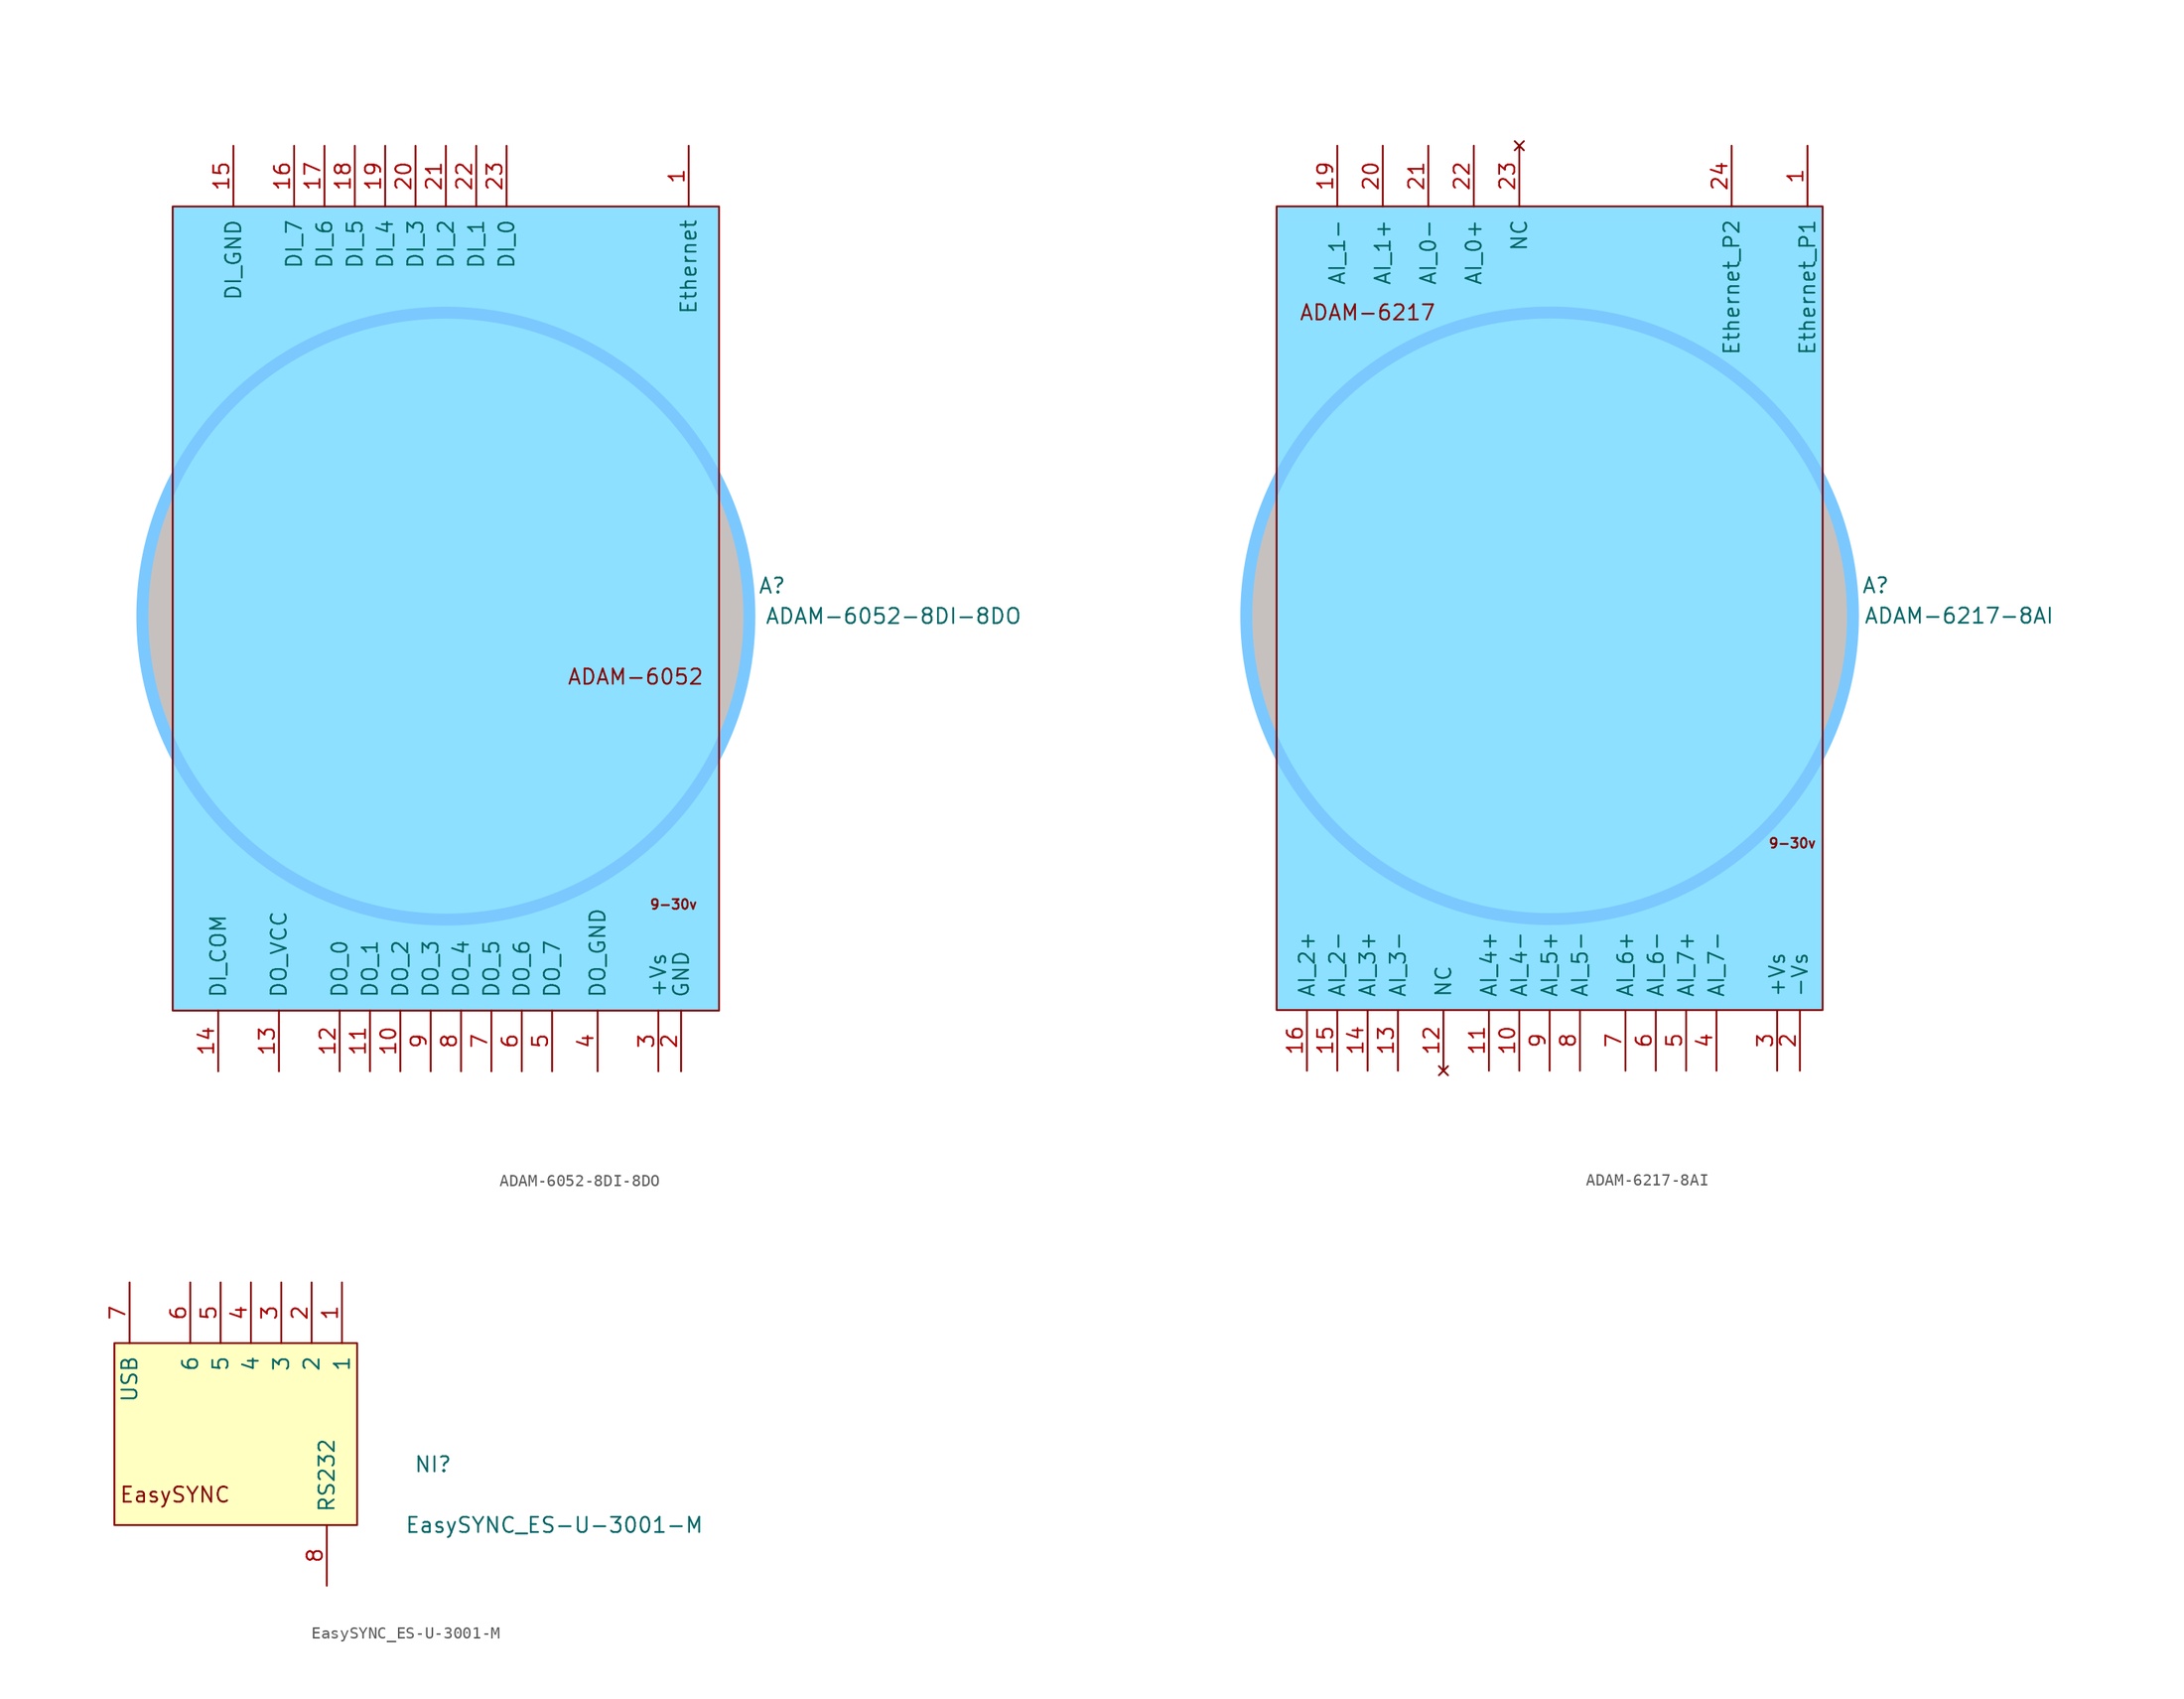
<source format=kicad_sym>
(kicad_symbol_lib
  (version 20231120)
  (generator "kicad_symbol_editor")
  (generator_version "8.0")
  (symbol "ADAM-6052-8DI-8DO"
    (pin_names
      (offset 1.016))
    (property "Reference" "A"
      (at 27.305 2.54 0)
      (effects (font (size 1.27 1.27))))
    (property "Value" "ADAM-6052-8DI-8DO"
      (at 37.465 0 0)
      (effects (font (size 1.27 1.27))))
    (symbol "ADAM-6052-8DI-8DO_0_0"
      (circle (center 0 0) (radius 25.4) (stroke (width 1) (type default) (color 123 200 255 1)) (fill (type color) (color 191 185 183 0.88)))
      (text "9-30v" (at 19.05 -24.13 0) (effects (font (size 0.8 0.8))))
      (text "ADAM-6052" (at 15.875 -5.08 0) (effects (font (size 1.27 1.27)))))
    (symbol "ADAM-6052-8DI-8DO_0_1"
      (rectangle (start -22.86 34.29) (end 22.86 -33.02) (stroke (width 0) (type default)) (fill (type color) (color 141 224 255 1))))
    (symbol "ADAM-6052-8DI-8DO_1_1"
      (pin bidirectional line (at 20.32 39.37 270) (length 5.08) (name "Ethernet" (effects (font (size 1.27 1.27)))) (number "1" (effects (font (size 1.27 1.27)))))
      (pin output line (at -3.81 -38.1 90) (length 5.08) (name "DO_2" (effects (font (size 1.27 1.27)))) (number "10" (effects (font (size 1.27 1.27)))))
      (pin output line (at -6.35 -38.1 90) (length 5.08) (name "DO_1" (effects (font (size 1.27 1.27)))) (number "11" (effects (font (size 1.27 1.27)))))
      (pin output line (at -8.89 -38.1 90) (length 5.08) (name "DO_0" (effects (font (size 1.27 1.27)))) (number "12" (effects (font (size 1.27 1.27)))))
      (pin output line (at -13.97 -38.1 90) (length 5.08) (name "DO_VCC" (effects (font (size 1.27 1.27)))) (number "13" (effects (font (size 1.27 1.27)))))
      (pin output line (at -19.05 -38.1 90) (length 5.08) (name "DI_COM" (effects (font (size 1.27 1.27)))) (number "14" (effects (font (size 1.27 1.27)))))
      (pin passive line (at -17.78 39.37 270) (length 5.08) (name "DI_GND" (effects (font (size 1.27 1.27)))) (number "15" (effects (font (size 1.27 1.27)))))
      (pin output line (at -12.7 39.37 270) (length 5.08) (name "DI_7" (effects (font (size 1.27 1.27)))) (number "16" (effects (font (size 1.27 1.27)))))
      (pin output line (at -10.16 39.37 270) (length 5.08) (name "DI_6" (effects (font (size 1.27 1.27)))) (number "17" (effects (font (size 1.27 1.27)))))
      (pin output line (at -7.62 39.37 270) (length 5.08) (name "DI_5" (effects (font (size 1.27 1.27)))) (number "18" (effects (font (size 1.27 1.27)))))
      (pin output line (at -5.08 39.37 270) (length 5.08) (name "DI_4" (effects (font (size 1.27 1.27)))) (number "19" (effects (font (size 1.27 1.27)))))
      (pin input line (at 19.685 -38.1 90) (length 5.08) (name "GND" (effects (font (size 1.27 1.27)))) (number "2" (effects (font (size 1.27 1.27)))))
      (pin output line (at -2.54 39.37 270) (length 5.08) (name "DI_3" (effects (font (size 1.27 1.27)))) (number "20" (effects (font (size 1.27 1.27)))))
      (pin output line (at 0 39.37 270) (length 5.08) (name "DI_2" (effects (font (size 1.27 1.27)))) (number "21" (effects (font (size 1.27 1.27)))))
      (pin output line (at 2.54 39.37 270) (length 5.08) (name "DI_1" (effects (font (size 1.27 1.27)))) (number "22" (effects (font (size 1.27 1.27)))))
      (pin output line (at 5.08 39.37 270) (length 5.08) (name "DI_0" (effects (font (size 1.27 1.27)))) (number "23" (effects (font (size 1.27 1.27)))))
      (pin input line (at 17.78 -38.1 90) (length 5.08) (name "+Vs" (effects (font (size 1.27 1.27)))) (number "3" (effects (font (size 1.27 1.27)))))
      (pin passive line (at 12.7 -38.1 90) (length 5.08) (name "DO_GND" (effects (font (size 1.27 1.27)))) (number "4" (effects (font (size 1.27 1.27)))))
      (pin output line (at 8.89 -38.1 90) (length 5.08) (name "DO_7" (effects (font (size 1.27 1.27)))) (number "5" (effects (font (size 1.27 1.27)))))
      (pin output line (at 6.35 -38.1 90) (length 5.08) (name "DO_6" (effects (font (size 1.27 1.27)))) (number "6" (effects (font (size 1.27 1.27)))))
      (pin output line (at 3.81 -38.1 90) (length 5.08) (name "DO_5" (effects (font (size 1.27 1.27)))) (number "7" (effects (font (size 1.27 1.27)))))
      (pin output line (at 1.27 -38.1 90) (length 5.08) (name "DO_4" (effects (font (size 1.27 1.27)))) (number "8" (effects (font (size 1.27 1.27)))))
      (pin output line (at -1.27 -38.1 90) (length 5.08) (name "DO_3" (effects (font (size 1.27 1.27)))) (number "9" (effects (font (size 1.27 1.27)))))))
  (symbol "ADAM-6217-8AI"
    (pin_names
      (offset 1.016))
    (property "Reference" "A"
      (at 27.305 2.54 0)
      (effects (font (size 1.27 1.27))))
    (property "Value" "ADAM-6217-8AI"
      (at 34.29 0 0)
      (effects (font (size 1.27 1.27))))
    (symbol "ADAM-6217-8AI_0_0"
      (circle (center 0 0) (radius 25.4) (stroke (width 1) (type default) (color 123 200 255 1)) (fill (type color) (color 191 185 183 0.88)))
      (text "9-30v" (at 20.32 -19.05 0) (effects (font (size 0.8 0.8))))
      (text "ADAM-6217" (at -15.24 25.4 0) (effects (font (size 1.27 1.27)))))
    (symbol "ADAM-6217-8AI_0_1"
      (rectangle (start -22.86 34.29) (end 22.86 -33.02) (stroke (width 0) (type default)) (fill (type color) (color 141 224 255 1))))
    (symbol "ADAM-6217-8AI_1_1"
      (pin bidirectional line (at 21.59 39.37 270) (length 5.08) (name "Ethernet_P1" (effects (font (size 1.27 1.27)))) (number "1" (effects (font (size 1.27 1.27)))))
      (pin input line (at -2.54 -38.1 90) (length 5.08) (name "AI_4-" (effects (font (size 1.27 1.27)))) (number "10" (effects (font (size 1.27 1.27)))))
      (pin input line (at -5.08 -38.1 90) (length 5.08) (name "AI_4+" (effects (font (size 1.27 1.27)))) (number "11" (effects (font (size 1.27 1.27)))))
      (pin no_connect line (at -8.89 -38.1 90) (length 5.08) (name "NC" (effects (font (size 1.27 1.27)))) (number "12" (effects (font (size 1.27 1.27)))))
      (pin input line (at -12.7 -38.1 90) (length 5.08) (name "AI_3-" (effects (font (size 1.27 1.27)))) (number "13" (effects (font (size 1.27 1.27)))))
      (pin input line (at -15.24 -38.1 90) (length 5.08) (name "AI_3+" (effects (font (size 1.27 1.27)))) (number "14" (effects (font (size 1.27 1.27)))))
      (pin input line (at -17.78 -38.1 90) (length 5.08) (name "AI_2-" (effects (font (size 1.27 1.27)))) (number "15" (effects (font (size 1.27 1.27)))))
      (pin input line (at -20.32 -38.1 90) (length 5.08) (name "AI_2+" (effects (font (size 1.27 1.27)))) (number "16" (effects (font (size 1.27 1.27)))))
      (pin input line (at -17.78 39.37 270) (length 5.08) (name "AI_1-" (effects (font (size 1.27 1.27)))) (number "19" (effects (font (size 1.27 1.27)))))
      (pin input line (at 20.955 -38.1 90) (length 5.08) (name "-Vs" (effects (font (size 1.27 1.27)))) (number "2" (effects (font (size 1.27 1.27)))))
      (pin input line (at -13.97 39.37 270) (length 5.08) (name "AI_1+" (effects (font (size 1.27 1.27)))) (number "20" (effects (font (size 1.27 1.27)))))
      (pin input line (at -10.16 39.37 270) (length 5.08) (name "AI_0-" (effects (font (size 1.27 1.27)))) (number "21" (effects (font (size 1.27 1.27)))))
      (pin input line (at -6.35 39.37 270) (length 5.08) (name "AI_0+" (effects (font (size 1.27 1.27)))) (number "22" (effects (font (size 1.27 1.27)))))
      (pin no_connect line (at -2.54 39.37 270) (length 5.08) (name "NC" (effects (font (size 1.27 1.27)))) (number "23" (effects (font (size 1.27 1.27)))))
      (pin bidirectional line (at 15.24 39.37 270) (length 5.08) (name "Ethernet_P2" (effects (font (size 1.27 1.27)))) (number "24" (effects (font (size 1.27 1.27)))))
      (pin input line (at 19.05 -38.1 90) (length 5.08) (name "+Vs" (effects (font (size 1.27 1.27)))) (number "3" (effects (font (size 1.27 1.27)))))
      (pin input line (at 13.97 -38.1 90) (length 5.08) (name "AI_7-" (effects (font (size 1.27 1.27)))) (number "4" (effects (font (size 1.27 1.27)))))
      (pin input line (at 11.43 -38.1 90) (length 5.08) (name "AI_7+" (effects (font (size 1.27 1.27)))) (number "5" (effects (font (size 1.27 1.27)))))
      (pin input line (at 8.89 -38.1 90) (length 5.08) (name "AI_6-" (effects (font (size 1.27 1.27)))) (number "6" (effects (font (size 1.27 1.27)))))
      (pin input line (at 6.35 -38.1 90) (length 5.08) (name "AI_6+" (effects (font (size 1.27 1.27)))) (number "7" (effects (font (size 1.27 1.27)))))
      (pin input line (at 2.54 -38.1 90) (length 5.08) (name "AI_5-" (effects (font (size 1.27 1.27)))) (number "8" (effects (font (size 1.27 1.27)))))
      (pin input line (at 0 -38.1 90) (length 5.08) (name "AI_5+" (effects (font (size 1.27 1.27)))) (number "9" (effects (font (size 1.27 1.27)))))))
  (symbol "EasySYNC_ES-U-3001-M"
    (pin_names
      (offset 1.016))
    (property "Reference" "NI"
      (at 16.51 -5.08 0)
      (effects (font (size 1.27 1.27))))
    (property "Value" "EasySYNC_ES-U-3001-M"
      (at 26.67 -10.16 0)
      (effects (font (size 1.27 1.27))))
    (symbol "EasySYNC_ES-U-3001-M_0_0"
      (text "EasySYNC" (at -5.08 -7.62 0) (effects (font (size 1.27 1.27)))))
    (symbol "EasySYNC_ES-U-3001-M_0_1"
      (rectangle (start -10.16 5.08) (end 10.16 -10.16) (stroke (width 0) (type default)) (fill (type background))))
    (symbol "EasySYNC_ES-U-3001-M_1_1"
      (pin bidirectional line (at 8.89 10.16 270) (length 5.08) (name "1" (effects (font (size 1.27 1.27)))) (number "1" (effects (font (size 1.27 1.27)))))
      (pin bidirectional line (at 6.35 10.16 270) (length 5.08) (name "2" (effects (font (size 1.27 1.27)))) (number "2" (effects (font (size 1.27 1.27)))))
      (pin bidirectional line (at 3.81 10.16 270) (length 5.08) (name "3" (effects (font (size 1.27 1.27)))) (number "3" (effects (font (size 1.27 1.27)))))
      (pin bidirectional line (at 1.27 10.16 270) (length 5.08) (name "4" (effects (font (size 1.27 1.27)))) (number "4" (effects (font (size 1.27 1.27)))))
      (pin bidirectional line (at -1.27 10.16 270) (length 5.08) (name "5" (effects (font (size 1.27 1.27)))) (number "5" (effects (font (size 1.27 1.27)))))
      (pin bidirectional line (at -3.81 10.16 270) (length 5.08) (name "6" (effects (font (size 1.27 1.27)))) (number "6" (effects (font (size 1.27 1.27)))))
      (pin bidirectional line (at -8.89 10.16 270) (length 5.08) (name "USB" (effects (font (size 1.27 1.27)))) (number "7" (effects (font (size 1.27 1.27)))))
      (pin bidirectional line (at 7.62 -15.24 90) (length 5.08) (name "RS232" (effects (font (size 1.27 1.27)))) (number "8" (effects (font (size 1.27 1.27))))))))
</source>
